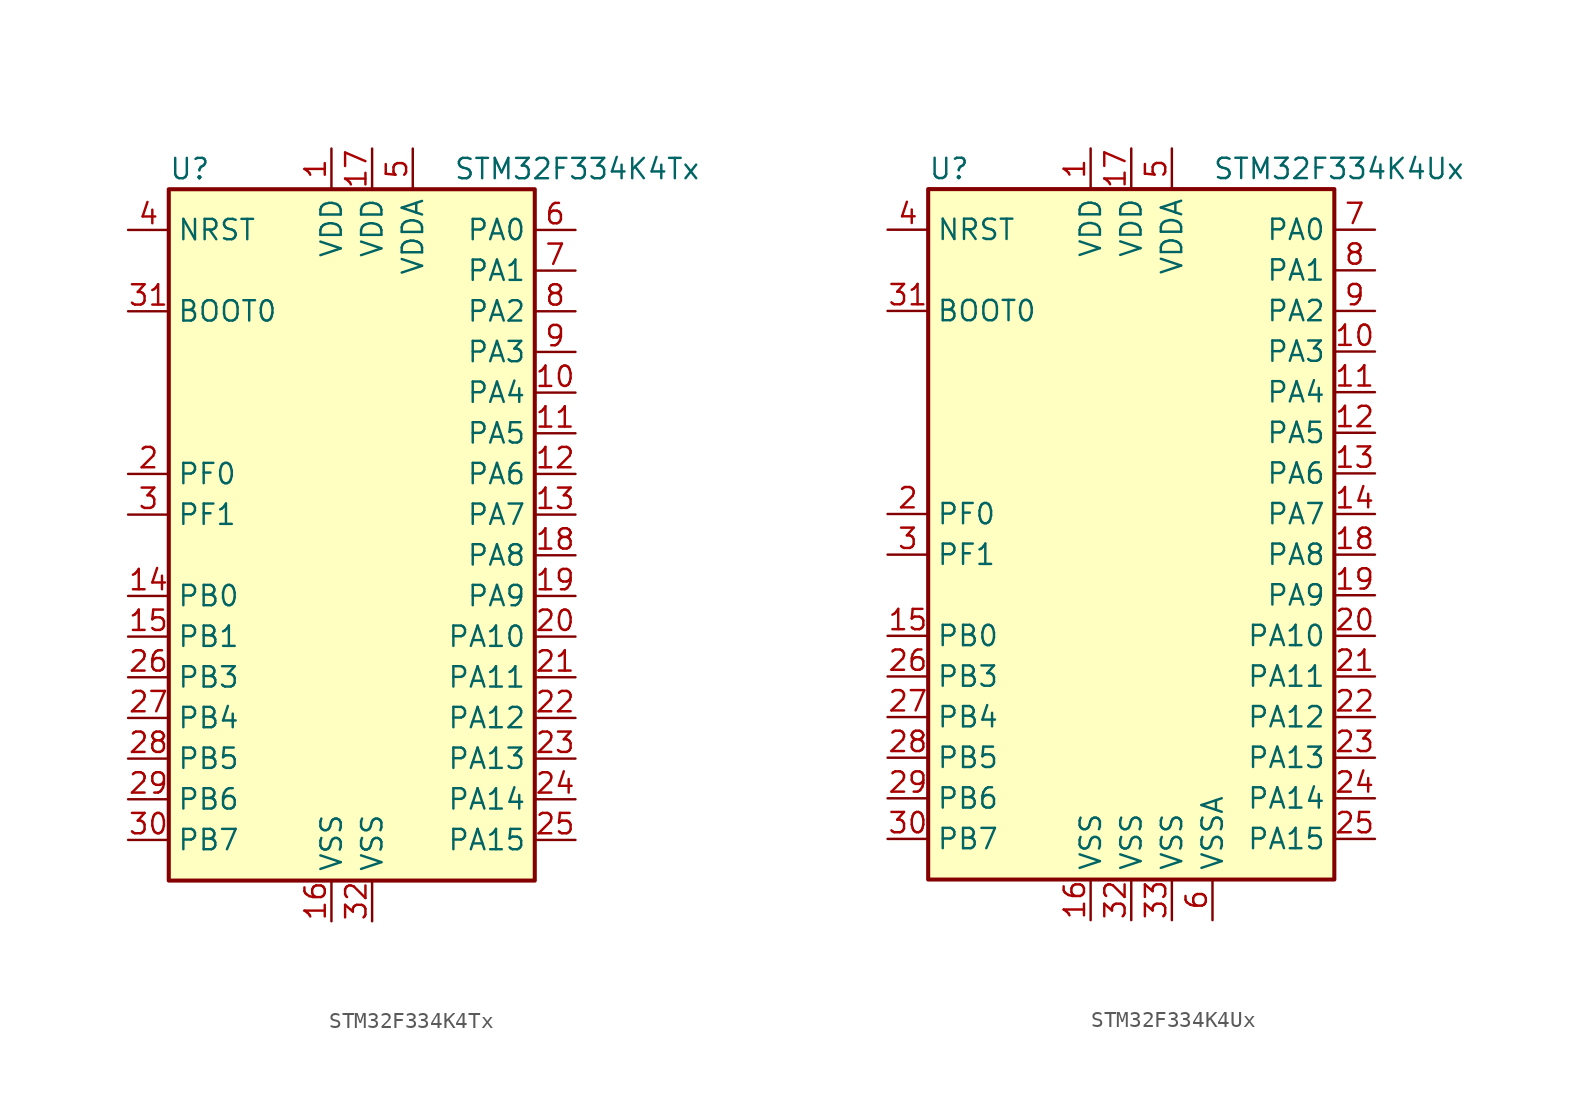
<source format=kicad_sym>
(kicad_symbol_lib
  (version 20201005)
  (generator kicad_symbol_editor)
  (symbol "MCU_ST_STM32F3:STM32F334K4Tx"
    (property "Reference" "U"
      (at -12.7 21.59 0)
      (effects (font (size 1.27 1.27)) (justify left)))
    (property "Value" "STM32F334K4Tx"
      (at 5.08 21.59 0)
      (effects (font (size 1.27 1.27)) (justify left)))
    (symbol "STM32F334K4Tx_0_1"
      (rectangle (start -12.7 -22.86) (end 10.16 20.32) (stroke (width 0.254)) (fill (type background))))
    (symbol "STM32F334K4Tx_1_1"
      (pin input line (at -15.24 12.7 0) (length 2.54) (name "BOOT0" (effects (font (size 1.27 1.27)))) (number "31" (effects (font (size 1.27 1.27)))))
      (pin input line (at -15.24 17.78 0) (length 2.54) (name "NRST" (effects (font (size 1.27 1.27)))) (number "4" (effects (font (size 1.27 1.27)))))
      (pin bidirectional line (at 12.7 17.78 180) (length 2.54) (name "PA0" (effects (font (size 1.27 1.27)))) (number "6" (effects (font (size 1.27 1.27)))))
      (pin bidirectional line (at 12.7 15.24 180) (length 2.54) (name "PA1" (effects (font (size 1.27 1.27)))) (number "7" (effects (font (size 1.27 1.27)))))
      (pin bidirectional line (at 12.7 -7.62 180) (length 2.54) (name "PA10" (effects (font (size 1.27 1.27)))) (number "20" (effects (font (size 1.27 1.27)))))
      (pin bidirectional line (at 12.7 -10.16 180) (length 2.54) (name "PA11" (effects (font (size 1.27 1.27)))) (number "21" (effects (font (size 1.27 1.27)))))
      (pin bidirectional line (at 12.7 -12.7 180) (length 2.54) (name "PA12" (effects (font (size 1.27 1.27)))) (number "22" (effects (font (size 1.27 1.27)))))
      (pin bidirectional line (at 12.7 -15.24 180) (length 2.54) (name "PA13" (effects (font (size 1.27 1.27)))) (number "23" (effects (font (size 1.27 1.27)))))
      (pin bidirectional line (at 12.7 -17.78 180) (length 2.54) (name "PA14" (effects (font (size 1.27 1.27)))) (number "24" (effects (font (size 1.27 1.27)))))
      (pin bidirectional line (at 12.7 -20.32 180) (length 2.54) (name "PA15" (effects (font (size 1.27 1.27)))) (number "25" (effects (font (size 1.27 1.27)))))
      (pin bidirectional line (at 12.7 12.7 180) (length 2.54) (name "PA2" (effects (font (size 1.27 1.27)))) (number "8" (effects (font (size 1.27 1.27)))))
      (pin bidirectional line (at 12.7 10.16 180) (length 2.54) (name "PA3" (effects (font (size 1.27 1.27)))) (number "9" (effects (font (size 1.27 1.27)))))
      (pin bidirectional line (at 12.7 7.62 180) (length 2.54) (name "PA4" (effects (font (size 1.27 1.27)))) (number "10" (effects (font (size 1.27 1.27)))))
      (pin bidirectional line (at 12.7 5.08 180) (length 2.54) (name "PA5" (effects (font (size 1.27 1.27)))) (number "11" (effects (font (size 1.27 1.27)))))
      (pin bidirectional line (at 12.7 2.54 180) (length 2.54) (name "PA6" (effects (font (size 1.27 1.27)))) (number "12" (effects (font (size 1.27 1.27)))))
      (pin bidirectional line (at 12.7 0 180) (length 2.54) (name "PA7" (effects (font (size 1.27 1.27)))) (number "13" (effects (font (size 1.27 1.27)))))
      (pin bidirectional line (at 12.7 -2.54 180) (length 2.54) (name "PA8" (effects (font (size 1.27 1.27)))) (number "18" (effects (font (size 1.27 1.27)))))
      (pin bidirectional line (at 12.7 -5.08 180) (length 2.54) (name "PA9" (effects (font (size 1.27 1.27)))) (number "19" (effects (font (size 1.27 1.27)))))
      (pin bidirectional line (at -15.24 -5.08 0) (length 2.54) (name "PB0" (effects (font (size 1.27 1.27)))) (number "14" (effects (font (size 1.27 1.27)))))
      (pin bidirectional line (at -15.24 -7.62 0) (length 2.54) (name "PB1" (effects (font (size 1.27 1.27)))) (number "15" (effects (font (size 1.27 1.27)))))
      (pin bidirectional line (at -15.24 -10.16 0) (length 2.54) (name "PB3" (effects (font (size 1.27 1.27)))) (number "26" (effects (font (size 1.27 1.27)))))
      (pin bidirectional line (at -15.24 -12.7 0) (length 2.54) (name "PB4" (effects (font (size 1.27 1.27)))) (number "27" (effects (font (size 1.27 1.27)))))
      (pin bidirectional line (at -15.24 -15.24 0) (length 2.54) (name "PB5" (effects (font (size 1.27 1.27)))) (number "28" (effects (font (size 1.27 1.27)))))
      (pin bidirectional line (at -15.24 -17.78 0) (length 2.54) (name "PB6" (effects (font (size 1.27 1.27)))) (number "29" (effects (font (size 1.27 1.27)))))
      (pin bidirectional line (at -15.24 -20.32 0) (length 2.54) (name "PB7" (effects (font (size 1.27 1.27)))) (number "30" (effects (font (size 1.27 1.27)))))
      (pin input line (at -15.24 2.54 0) (length 2.54) (name "PF0" (effects (font (size 1.27 1.27)))) (number "2" (effects (font (size 1.27 1.27)))))
      (pin input line (at -15.24 0 0) (length 2.54) (name "PF1" (effects (font (size 1.27 1.27)))) (number "3" (effects (font (size 1.27 1.27)))))
      (pin power_in line (at -2.54 22.86 270) (length 2.54) (name "VDD" (effects (font (size 1.27 1.27)))) (number "1" (effects (font (size 1.27 1.27)))))
      (pin power_in line (at 0 22.86 270) (length 2.54) (name "VDD" (effects (font (size 1.27 1.27)))) (number "17" (effects (font (size 1.27 1.27)))))
      (pin power_in line (at 2.54 22.86 270) (length 2.54) (name "VDDA" (effects (font (size 1.27 1.27)))) (number "5" (effects (font (size 1.27 1.27)))))
      (pin power_in line (at -2.54 -25.4 90) (length 2.54) (name "VSS" (effects (font (size 1.27 1.27)))) (number "16" (effects (font (size 1.27 1.27)))))
      (pin power_in line (at 0 -25.4 90) (length 2.54) (name "VSS" (effects (font (size 1.27 1.27)))) (number "32" (effects (font (size 1.27 1.27)))))))
  (symbol "MCU_ST_STM32F3:STM32F334K4Ux"
    (property "Reference" "U"
      (at -12.7 21.59 0)
      (effects (font (size 1.27 1.27)) (justify left)))
    (property "Value" "STM32F334K4Ux"
      (at 5.08 21.59 0)
      (effects (font (size 1.27 1.27)) (justify left)))
    (symbol "STM32F334K4Ux_0_1"
      (rectangle (start -12.7 -22.86) (end 12.7 20.32) (stroke (width 0.254)) (fill (type background))))
    (symbol "STM32F334K4Ux_1_1"
      (pin input line (at -15.24 12.7 0) (length 2.54) (name "BOOT0" (effects (font (size 1.27 1.27)))) (number "31" (effects (font (size 1.27 1.27)))))
      (pin input line (at -15.24 17.78 0) (length 2.54) (name "NRST" (effects (font (size 1.27 1.27)))) (number "4" (effects (font (size 1.27 1.27)))))
      (pin bidirectional line (at 15.24 17.78 180) (length 2.54) (name "PA0" (effects (font (size 1.27 1.27)))) (number "7" (effects (font (size 1.27 1.27)))))
      (pin bidirectional line (at 15.24 15.24 180) (length 2.54) (name "PA1" (effects (font (size 1.27 1.27)))) (number "8" (effects (font (size 1.27 1.27)))))
      (pin bidirectional line (at 15.24 -7.62 180) (length 2.54) (name "PA10" (effects (font (size 1.27 1.27)))) (number "20" (effects (font (size 1.27 1.27)))))
      (pin bidirectional line (at 15.24 -10.16 180) (length 2.54) (name "PA11" (effects (font (size 1.27 1.27)))) (number "21" (effects (font (size 1.27 1.27)))))
      (pin bidirectional line (at 15.24 -12.7 180) (length 2.54) (name "PA12" (effects (font (size 1.27 1.27)))) (number "22" (effects (font (size 1.27 1.27)))))
      (pin bidirectional line (at 15.24 -15.24 180) (length 2.54) (name "PA13" (effects (font (size 1.27 1.27)))) (number "23" (effects (font (size 1.27 1.27)))))
      (pin bidirectional line (at 15.24 -17.78 180) (length 2.54) (name "PA14" (effects (font (size 1.27 1.27)))) (number "24" (effects (font (size 1.27 1.27)))))
      (pin bidirectional line (at 15.24 -20.32 180) (length 2.54) (name "PA15" (effects (font (size 1.27 1.27)))) (number "25" (effects (font (size 1.27 1.27)))))
      (pin bidirectional line (at 15.24 12.7 180) (length 2.54) (name "PA2" (effects (font (size 1.27 1.27)))) (number "9" (effects (font (size 1.27 1.27)))))
      (pin bidirectional line (at 15.24 10.16 180) (length 2.54) (name "PA3" (effects (font (size 1.27 1.27)))) (number "10" (effects (font (size 1.27 1.27)))))
      (pin bidirectional line (at 15.24 7.62 180) (length 2.54) (name "PA4" (effects (font (size 1.27 1.27)))) (number "11" (effects (font (size 1.27 1.27)))))
      (pin bidirectional line (at 15.24 5.08 180) (length 2.54) (name "PA5" (effects (font (size 1.27 1.27)))) (number "12" (effects (font (size 1.27 1.27)))))
      (pin bidirectional line (at 15.24 2.54 180) (length 2.54) (name "PA6" (effects (font (size 1.27 1.27)))) (number "13" (effects (font (size 1.27 1.27)))))
      (pin bidirectional line (at 15.24 0 180) (length 2.54) (name "PA7" (effects (font (size 1.27 1.27)))) (number "14" (effects (font (size 1.27 1.27)))))
      (pin bidirectional line (at 15.24 -2.54 180) (length 2.54) (name "PA8" (effects (font (size 1.27 1.27)))) (number "18" (effects (font (size 1.27 1.27)))))
      (pin bidirectional line (at 15.24 -5.08 180) (length 2.54) (name "PA9" (effects (font (size 1.27 1.27)))) (number "19" (effects (font (size 1.27 1.27)))))
      (pin bidirectional line (at -15.24 -7.62 0) (length 2.54) (name "PB0" (effects (font (size 1.27 1.27)))) (number "15" (effects (font (size 1.27 1.27)))))
      (pin bidirectional line (at -15.24 -10.16 0) (length 2.54) (name "PB3" (effects (font (size 1.27 1.27)))) (number "26" (effects (font (size 1.27 1.27)))))
      (pin bidirectional line (at -15.24 -12.7 0) (length 2.54) (name "PB4" (effects (font (size 1.27 1.27)))) (number "27" (effects (font (size 1.27 1.27)))))
      (pin bidirectional line (at -15.24 -15.24 0) (length 2.54) (name "PB5" (effects (font (size 1.27 1.27)))) (number "28" (effects (font (size 1.27 1.27)))))
      (pin bidirectional line (at -15.24 -17.78 0) (length 2.54) (name "PB6" (effects (font (size 1.27 1.27)))) (number "29" (effects (font (size 1.27 1.27)))))
      (pin bidirectional line (at -15.24 -20.32 0) (length 2.54) (name "PB7" (effects (font (size 1.27 1.27)))) (number "30" (effects (font (size 1.27 1.27)))))
      (pin input line (at -15.24 0 0) (length 2.54) (name "PF0" (effects (font (size 1.27 1.27)))) (number "2" (effects (font (size 1.27 1.27)))))
      (pin input line (at -15.24 -2.54 0) (length 2.54) (name "PF1" (effects (font (size 1.27 1.27)))) (number "3" (effects (font (size 1.27 1.27)))))
      (pin power_in line (at -2.54 22.86 270) (length 2.54) (name "VDD" (effects (font (size 1.27 1.27)))) (number "1" (effects (font (size 1.27 1.27)))))
      (pin power_in line (at 0 22.86 270) (length 2.54) (name "VDD" (effects (font (size 1.27 1.27)))) (number "17" (effects (font (size 1.27 1.27)))))
      (pin power_in line (at 2.54 22.86 270) (length 2.54) (name "VDDA" (effects (font (size 1.27 1.27)))) (number "5" (effects (font (size 1.27 1.27)))))
      (pin power_in line (at -2.54 -25.4 90) (length 2.54) (name "VSS" (effects (font (size 1.27 1.27)))) (number "16" (effects (font (size 1.27 1.27)))))
      (pin power_in line (at 0 -25.4 90) (length 2.54) (name "VSS" (effects (font (size 1.27 1.27)))) (number "32" (effects (font (size 1.27 1.27)))))
      (pin power_in line (at 2.54 -25.4 90) (length 2.54) (name "VSS" (effects (font (size 1.27 1.27)))) (number "33" (effects (font (size 1.27 1.27)))))
      (pin power_in line (at 5.08 -25.4 90) (length 2.54) (name "VSSA" (effects (font (size 1.27 1.27)))) (number "6" (effects (font (size 1.27 1.27))))))))
</source>
